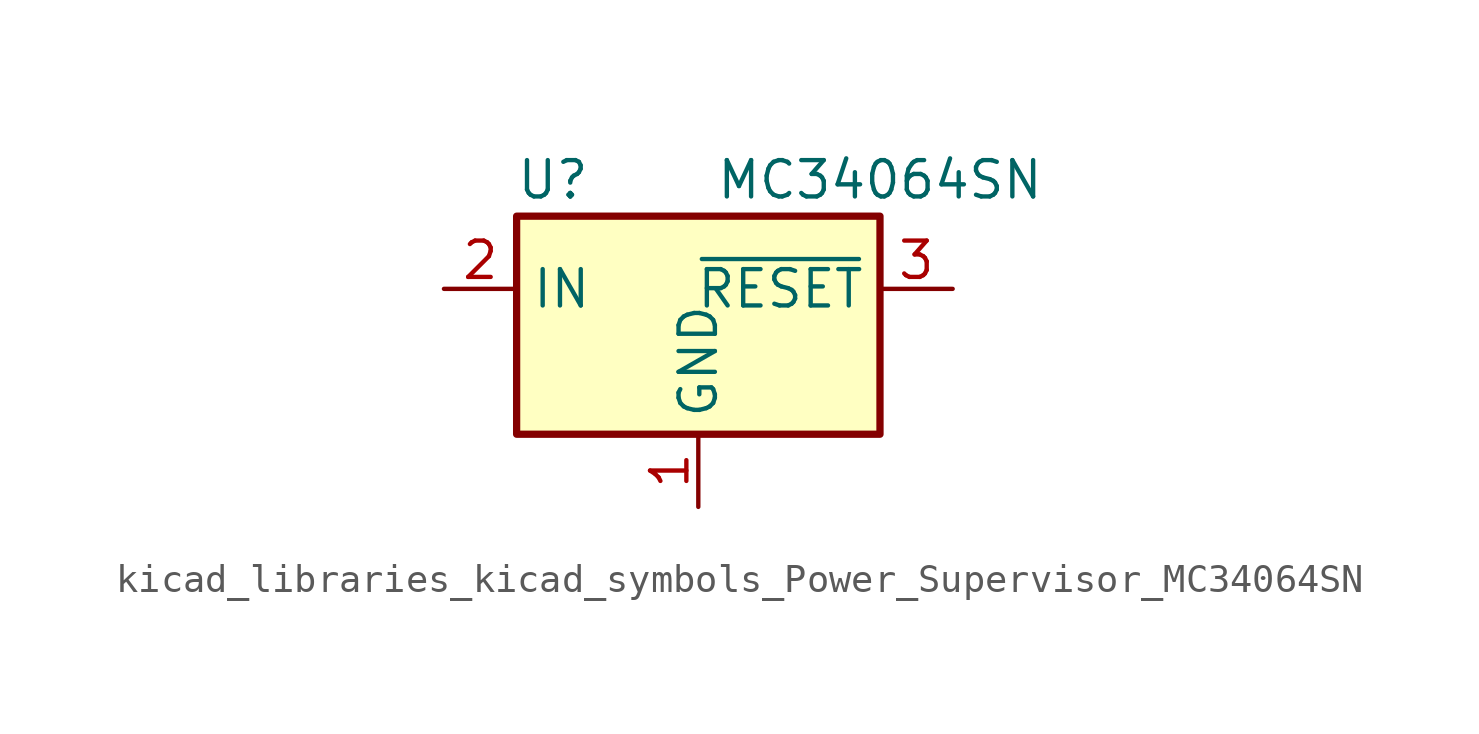
<source format=kicad_sym>
(kicad_symbol_lib
  (version 20220914)
  (generator kicad_symbol_editor)
  (symbol "kicad_libraries_kicad_symbols_Power_Supervisor_MC34064SN"
    (property "Reference" "U"
      (at -5.08 5.08 0)
      (effects (font (size 1.27 1.27))))
    (property "Value" "MC34064SN"
      (at 6.35 5.08 0)
      (effects (font (size 1.27 1.27))))
    (symbol "kicad_libraries_kicad_symbols_Power_Supervisor_MC34064SN_0_1"
      (rectangle (start -6.35 -3.81) (end 6.35 3.81) (stroke (width 0.254) (type default)) (fill (type background))))
    (symbol "kicad_libraries_kicad_symbols_Power_Supervisor_MC34064SN_1_1"
      (pin power_in line (at 0 -6.35 90) (length 2.54) (name "GND" (effects (font (size 1.27 1.27)))) (number "1" (effects (font (size 1.27 1.27)))))
      (pin input line (at -8.89 1.27 0) (length 2.54) (name "IN" (effects (font (size 1.27 1.27)))) (number "2" (effects (font (size 1.27 1.27)))))
      (pin open_collector line (at 8.89 1.27 180) (length 2.54) (name "~{RESET}" (effects (font (size 1.27 1.27)))) (number "3" (effects (font (size 1.27 1.27)))))
      (pin no_connect line (at -2.54 3.81 270) (length 2.54) hide (name "NC" (effects (font (size 1.27 1.27)))) (number "4" (effects (font (size 1.27 1.27)))))
      (pin no_connect line (at 2.54 3.81 270) (length 2.54) hide (name "NC" (effects (font (size 1.27 1.27)))) (number "5" (effects (font (size 1.27 1.27))))))))
</source>
